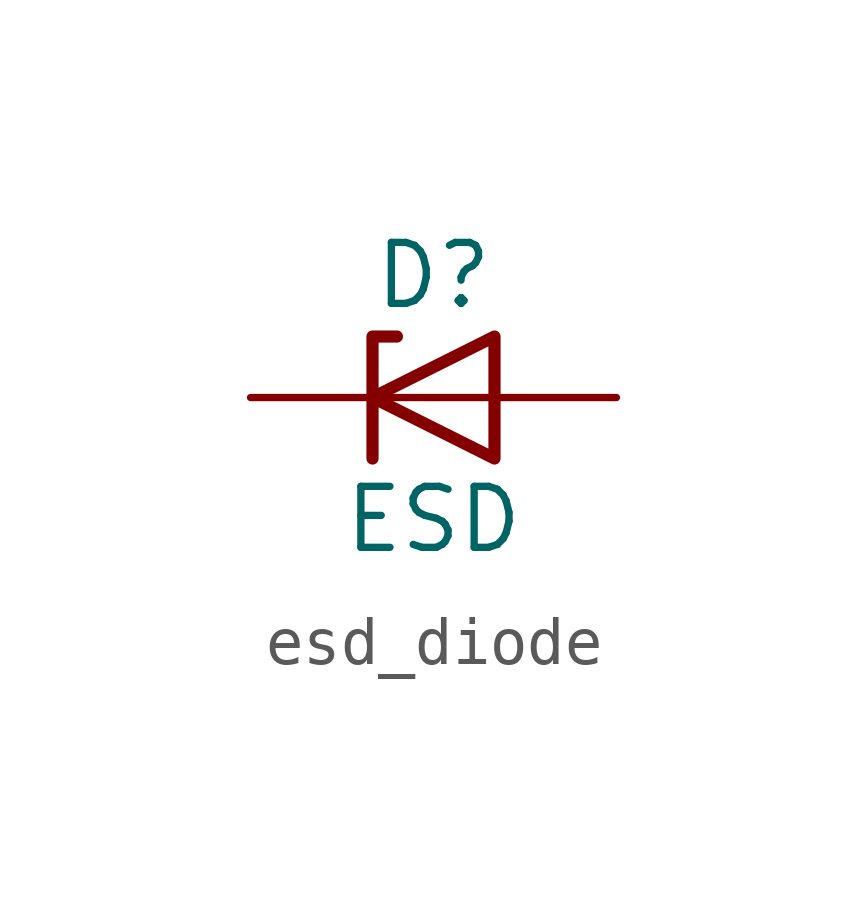
<source format=kicad_sym>
(kicad_symbol_lib
  (version 20220914)
  (generator kicad_symbol_editor)
  (symbol "esd_diode"
    (pin_numbers hide)
    (pin_names hide)
    (property "Reference" "D"
      (at 1.27 2.54 0)
      (effects (font (size 1.27 1.27))))
    (property "Value" "ESD"
      (at 1.27 -2.54 0)
      (effects (font (size 1.27 1.27))))
    (symbol "esd_diode_0_1"
      (polyline (pts (xy 2.54 0) (xy 0 0)) (stroke (width 0) (type default)) (fill (type none)))
      (polyline (pts (xy 0 -1.27) (xy 0 1.27) (xy 0.508 1.27)) (stroke (width 0.254) (type default)) (fill (type none)))
      (polyline (pts (xy 2.54 -1.27) (xy 2.54 1.27) (xy 0 0) (xy 2.54 -1.27)) (stroke (width 0.254) (type default)) (fill (type none))))
    (symbol "esd_diode_1_1"
      (pin passive line (at -2.54 0 0) (length 2.54) (name "K" (effects (font (size 1.27 1.27)))) (number "1" (effects (font (size 1.27 1.27)))))
      (pin passive line (at 5.08 0 180) (length 2.54) (name "A" (effects (font (size 1.27 1.27)))) (number "2" (effects (font (size 1.27 1.27))))))))
</source>
